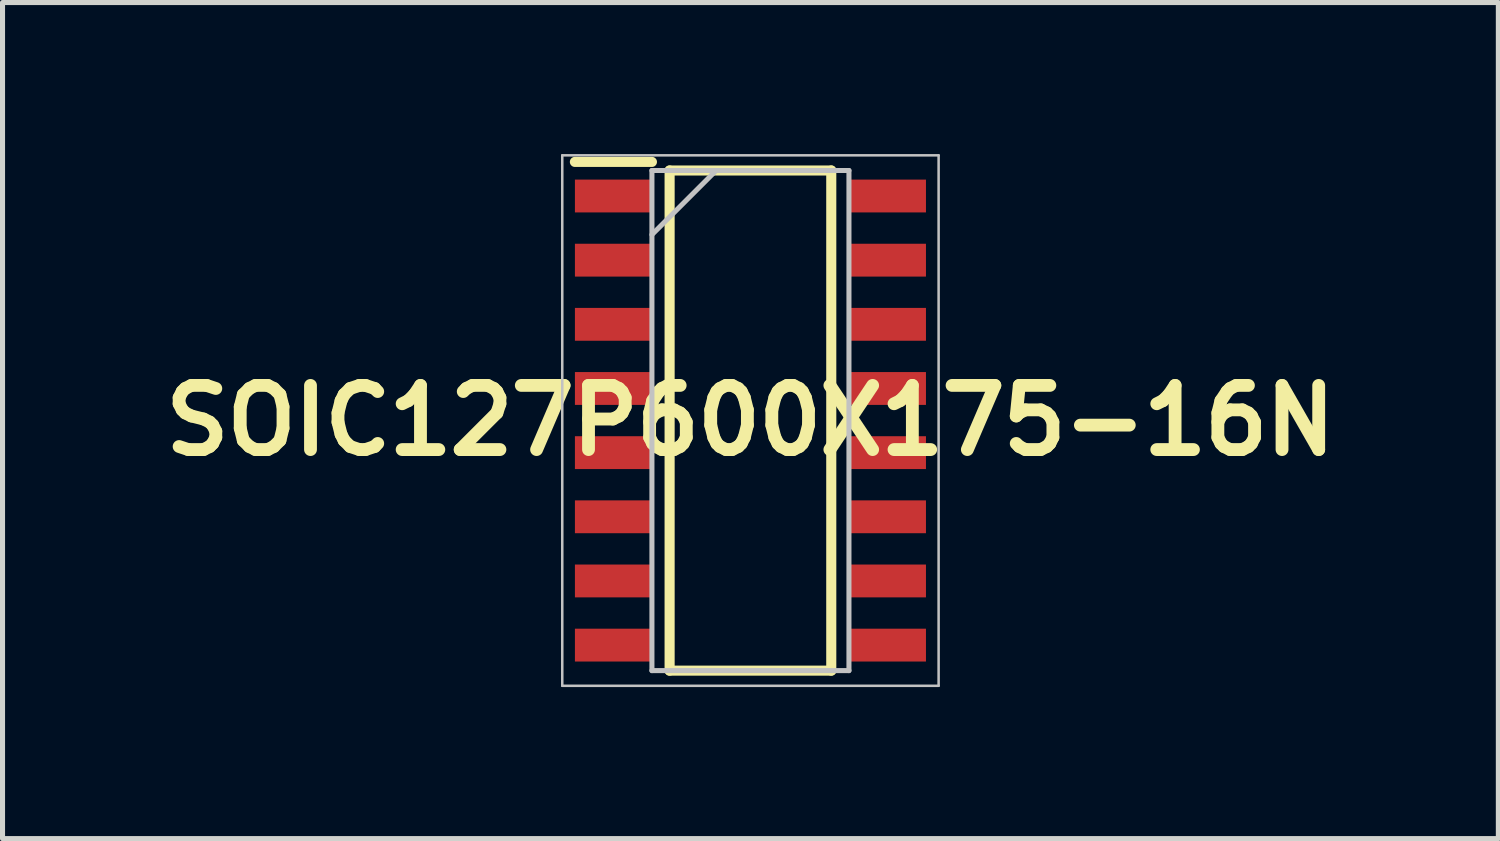
<source format=kicad_pcb>
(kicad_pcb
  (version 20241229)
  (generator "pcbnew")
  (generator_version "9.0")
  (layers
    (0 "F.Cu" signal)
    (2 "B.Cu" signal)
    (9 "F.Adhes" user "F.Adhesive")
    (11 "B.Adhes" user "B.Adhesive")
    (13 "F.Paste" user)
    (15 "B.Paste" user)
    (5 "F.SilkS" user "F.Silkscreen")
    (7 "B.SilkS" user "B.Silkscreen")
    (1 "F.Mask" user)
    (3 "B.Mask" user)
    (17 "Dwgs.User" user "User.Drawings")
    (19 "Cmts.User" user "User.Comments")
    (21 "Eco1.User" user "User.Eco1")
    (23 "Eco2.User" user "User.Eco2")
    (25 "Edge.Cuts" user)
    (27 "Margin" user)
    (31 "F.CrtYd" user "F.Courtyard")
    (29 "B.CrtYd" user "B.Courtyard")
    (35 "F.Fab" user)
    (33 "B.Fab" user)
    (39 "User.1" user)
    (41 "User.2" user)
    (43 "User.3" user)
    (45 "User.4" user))
  (footprint "SOIC127P600X175-16N"
    (layer "F.Cu")
    (at 11.805 5.275)
    (property "Reference" "SOIC127P600X175-16N" (at 0 0 0) (layer "F.SilkS") (effects (font (size 1.27 1.27) (thickness 0.254))))
    (attr smd)
    (fp_line (start -3.475 -5.12) (end -1.95 -5.12) (stroke (width 0.2) (type solid)) (layer "F.SilkS"))
    (fp_line (start -1.6 -4.95) (end 1.6 -4.95) (stroke (width 0.2) (type solid)) (layer "F.SilkS"))
    (fp_line (start -1.6 4.95) (end -1.6 -4.95) (stroke (width 0.2) (type solid)) (layer "F.SilkS"))
    (fp_line (start 1.6 -4.95) (end 1.6 4.95) (stroke (width 0.2) (type solid)) (layer "F.SilkS"))
    (fp_line (start 1.6 4.95) (end -1.6 4.95) (stroke (width 0.2) (type solid)) (layer "F.SilkS"))
    (fp_line (start -3.725 -5.25) (end 3.725 -5.25) (stroke (width 0.05) (type solid)) (layer "Dwgs.User"))
    (fp_line (start -3.725 5.25) (end -3.725 -5.25) (stroke (width 0.05) (type solid)) (layer "Dwgs.User"))
    (fp_line (start -1.95 -4.95) (end 1.95 -4.95) (stroke (width 0.1) (type solid)) (layer "Dwgs.User"))
    (fp_line (start -1.95 -3.68) (end -0.68 -4.95) (stroke (width 0.1) (type solid)) (layer "Dwgs.User"))
    (fp_line (start -1.95 4.95) (end -1.95 -4.95) (stroke (width 0.1) (type solid)) (layer "Dwgs.User"))
    (fp_line (start 1.95 -4.95) (end 1.95 4.95) (stroke (width 0.1) (type solid)) (layer "Dwgs.User"))
    (fp_line (start 1.95 4.95) (end -1.95 4.95) (stroke (width 0.1) (type solid)) (layer "Dwgs.User"))
    (fp_line (start 3.725 -5.25) (end 3.725 5.25) (stroke (width 0.05) (type solid)) (layer "Dwgs.User"))
    (fp_line (start 3.725 5.25) (end -3.725 5.25) (stroke (width 0.05) (type solid)) (layer "Dwgs.User"))
    (pad "1" smd rect (at -2.712 -4.445 90) (size 0.65 1.525) (layers "F.Cu" "F.Paste"))
    (pad "2" smd rect (at -2.712 -3.175 90) (size 0.65 1.525) (layers "F.Cu" "F.Paste"))
    (pad "3" smd rect (at -2.712 -1.905 90) (size 0.65 1.525) (layers "F.Cu" "F.Paste"))
    (pad "4" smd rect (at -2.712 -0.635 90) (size 0.65 1.525) (layers "F.Cu" "F.Paste"))
    (pad "5" smd rect (at -2.712 0.635 90) (size 0.65 1.525) (layers "F.Cu" "F.Paste"))
    (pad "6" smd rect (at -2.712 1.905 90) (size 0.65 1.525) (layers "F.Cu" "F.Paste"))
    (pad "7" smd rect (at -2.712 3.175 90) (size 0.65 1.525) (layers "F.Cu" "F.Paste"))
    (pad "8" smd rect (at -2.712 4.445 90) (size 0.65 1.525) (layers "F.Cu" "F.Paste"))
    (pad "9" smd rect (at 2.712 4.445 90) (size 0.65 1.525) (layers "F.Cu" "F.Paste"))
    (pad "10" smd rect (at 2.712 3.175 90) (size 0.65 1.525) (layers "F.Cu" "F.Paste"))
    (pad "11" smd rect (at 2.712 1.905 90) (size 0.65 1.525) (layers "F.Cu" "F.Paste"))
    (pad "12" smd rect (at 2.712 0.635 90) (size 0.65 1.525) (layers "F.Cu" "F.Paste"))
    (pad "13" smd rect (at 2.712 -0.635 90) (size 0.65 1.525) (layers "F.Cu" "F.Paste"))
    (pad "14" smd rect (at 2.712 -1.905 90) (size 0.65 1.525) (layers "F.Cu" "F.Paste"))
    (pad "15" smd rect (at 2.712 -3.175 90) (size 0.65 1.525) (layers "F.Cu" "F.Paste"))
    (pad "16" smd rect (at 2.712 -4.445 90) (size 0.65 1.525) (layers "F.Cu" "F.Paste")))
  (gr_rect
    (start -3 -3)
    (end 26.61 13.55)
    (stroke (width 0.1) (type default))
    (fill no)
    (layer "Edge.Cuts")))
</source>
